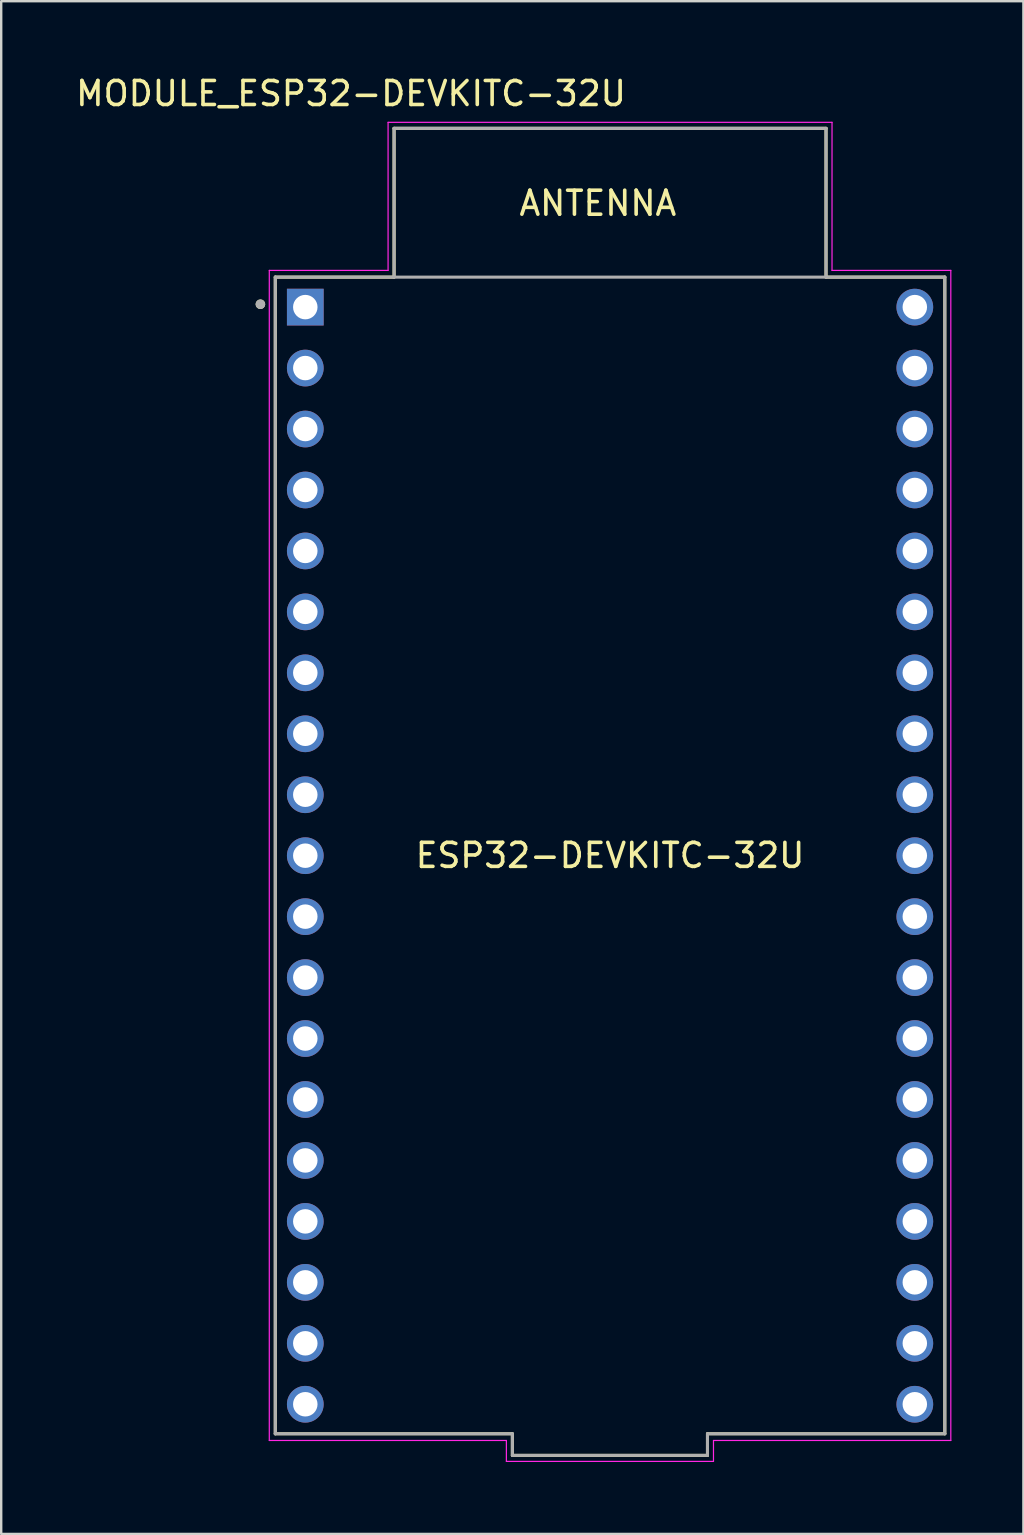
<source format=kicad_pcb>
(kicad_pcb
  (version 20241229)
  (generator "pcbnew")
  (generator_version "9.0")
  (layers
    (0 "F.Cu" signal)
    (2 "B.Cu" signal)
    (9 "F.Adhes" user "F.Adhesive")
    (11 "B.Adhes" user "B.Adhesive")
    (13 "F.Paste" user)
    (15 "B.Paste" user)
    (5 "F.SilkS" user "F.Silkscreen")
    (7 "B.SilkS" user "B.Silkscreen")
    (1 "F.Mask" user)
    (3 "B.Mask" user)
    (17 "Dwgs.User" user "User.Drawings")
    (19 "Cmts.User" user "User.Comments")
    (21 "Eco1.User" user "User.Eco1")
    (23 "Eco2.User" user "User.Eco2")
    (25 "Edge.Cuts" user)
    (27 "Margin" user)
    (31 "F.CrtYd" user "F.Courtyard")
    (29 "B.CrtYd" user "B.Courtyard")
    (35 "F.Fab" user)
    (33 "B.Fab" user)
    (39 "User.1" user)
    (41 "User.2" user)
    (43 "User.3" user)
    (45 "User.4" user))
  (footprint "MODULE_ESP32-DEVKITC-32U"
    (layer "F.Cu")
    (at 22.372 32.598)
    (property "Reference" "MODULE_ESP32-DEVKITC-32U" (at -10.795 -31.75 0) (layer "F.SilkS") (effects (font (size 1 1) (thickness 0.15))))
    (attr through_hole)
    (fp_line (start -13.95 -24.1) (end -13.95 24.1) (stroke (width 0.127) (type solid)) (layer "F.SilkS"))
    (fp_line (start -13.95 24.1) (end -4.07 24.1) (stroke (width 0.127) (type solid)) (layer "F.SilkS"))
    (fp_line (start -9 -30.3) (end 9 -30.3) (stroke (width 0.127) (type solid)) (layer "F.SilkS"))
    (fp_line (start -9 -24.1) (end -13.95 -24.1) (stroke (width 0.127) (type solid)) (layer "F.SilkS"))
    (fp_line (start -9 -24.1) (end -9 -30.3) (stroke (width 0.127) (type solid)) (layer "F.SilkS"))
    (fp_line (start -4.07 24.1) (end -4.07 25) (stroke (width 0.127) (type solid)) (layer "F.SilkS"))
    (fp_line (start -4.07 25) (end 4.06 25) (stroke (width 0.127) (type solid)) (layer "F.SilkS"))
    (fp_line (start 4.06 24.1) (end 13.95 24.1) (stroke (width 0.127) (type solid)) (layer "F.SilkS"))
    (fp_line (start 4.06 25) (end 4.06 24.1) (stroke (width 0.127) (type solid)) (layer "F.SilkS"))
    (fp_line (start 9 -30.3) (end 9 -24.1) (stroke (width 0.127) (type solid)) (layer "F.SilkS"))
    (fp_line (start 13.95 -24.1) (end 9 -24.1) (stroke (width 0.127) (type solid)) (layer "F.SilkS"))
    (fp_line (start 13.95 24.1) (end 13.95 -24.1) (stroke (width 0.127) (type solid)) (layer "F.SilkS"))
    (fp_circle (center -14.57 -22.97) (end -14.47 -22.97) (stroke (width 0.2) (type solid)) (fill no) (layer "F.SilkS"))
    (fp_line (start -14.2 -24.38) (end -14.2 24.38) (stroke (width 0.05) (type solid)) (layer "F.CrtYd"))
    (fp_line (start -14.2 24.38) (end -4.32 24.38) (stroke (width 0.05) (type solid)) (layer "F.CrtYd"))
    (fp_line (start -9.25 -30.55) (end 9.25 -30.55) (stroke (width 0.05) (type solid)) (layer "F.CrtYd"))
    (fp_line (start -9.25 -24.38) (end -14.2 -24.38) (stroke (width 0.05) (type solid)) (layer "F.CrtYd"))
    (fp_line (start -9.25 -24.38) (end -9.25 -30.55) (stroke (width 0.05) (type solid)) (layer "F.CrtYd"))
    (fp_line (start -4.32 24.38) (end -4.32 25.25) (stroke (width 0.05) (type solid)) (layer "F.CrtYd"))
    (fp_line (start -4.32 25.25) (end 4.31 25.25) (stroke (width 0.05) (type solid)) (layer "F.CrtYd"))
    (fp_line (start 4.31 24.38) (end 14.2 24.38) (stroke (width 0.05) (type solid)) (layer "F.CrtYd"))
    (fp_line (start 4.31 25.25) (end 4.31 24.38) (stroke (width 0.05) (type solid)) (layer "F.CrtYd"))
    (fp_line (start 9.25 -30.55) (end 9.25 -24.38) (stroke (width 0.05) (type solid)) (layer "F.CrtYd"))
    (fp_line (start 14.2 -24.38) (end 9.25 -24.38) (stroke (width 0.05) (type solid)) (layer "F.CrtYd"))
    (fp_line (start 14.2 24.38) (end 14.2 -24.38) (stroke (width 0.05) (type solid)) (layer "F.CrtYd"))
    (fp_line (start -13.95 -24.1) (end -13.95 24.1) (stroke (width 0.127) (type solid)) (layer "F.Fab"))
    (fp_line (start -13.95 24.1) (end -4.07 24.1) (stroke (width 0.127) (type solid)) (layer "F.Fab"))
    (fp_line (start -9 -30.3) (end 9 -30.3) (stroke (width 0.127) (type solid)) (layer "F.Fab"))
    (fp_line (start -9 -24.1) (end -13.95 -24.1) (stroke (width 0.127) (type solid)) (layer "F.Fab"))
    (fp_line (start -9 -24.1) (end -9 -30.3) (stroke (width 0.127) (type solid)) (layer "F.Fab"))
    (fp_line (start -4.07 24.1) (end -4.07 25) (stroke (width 0.127) (type solid)) (layer "F.Fab"))
    (fp_line (start -4.07 25) (end 4.06 25) (stroke (width 0.127) (type solid)) (layer "F.Fab"))
    (fp_line (start 4.06 24.1) (end 13.95 24.1) (stroke (width 0.127) (type solid)) (layer "F.Fab"))
    (fp_line (start 4.06 25) (end 4.06 24.1) (stroke (width 0.127) (type solid)) (layer "F.Fab"))
    (fp_line (start 9 -30.3) (end 9 -24.1) (stroke (width 0.127) (type solid)) (layer "F.Fab"))
    (fp_line (start 9 -24.1) (end -9 -24.1) (stroke (width 0.127) (type solid)) (layer "F.Fab"))
    (fp_line (start 13.95 -24.1) (end 9 -24.1) (stroke (width 0.127) (type solid)) (layer "F.Fab"))
    (fp_line (start 13.95 24.1) (end 13.95 -24.1) (stroke (width 0.127) (type solid)) (layer "F.Fab"))
    (fp_circle (center -14.57 -22.97) (end -14.47 -22.97) (stroke (width 0.2) (type solid)) (fill no) (layer "F.Fab"))
    (fp_text user "ESP32-DEVKITC-32U" (at 0 0 0) (unlocked yes) (layer "F.SilkS") (effects (font (size 1 1) (thickness 0.15))))
    (fp_text user "ANTENNA" (at -0.508 -27.178 0) (unlocked yes) (layer "F.SilkS") (effects (font (size 1 1) (thickness 0.15))))
    (pad "1" thru_hole rect (at -12.7 -22.85) (size 1.53 1.53) (drill 1.02) (layers "*.Cu" "*.Mask"))
    (pad "2" thru_hole circle (at -12.7 -20.31) (size 1.53 1.53) (drill 1.02) (layers "*.Cu" "*.Mask"))
    (pad "3" thru_hole circle (at -12.7 -17.77) (size 1.53 1.53) (drill 1.02) (layers "*.Cu" "*.Mask"))
    (pad "4" thru_hole circle (at -12.7 -15.23) (size 1.53 1.53) (drill 1.02) (layers "*.Cu" "*.Mask"))
    (pad "5" thru_hole circle (at -12.7 -12.69) (size 1.53 1.53) (drill 1.02) (layers "*.Cu" "*.Mask"))
    (pad "6" thru_hole circle (at -12.7 -10.15) (size 1.53 1.53) (drill 1.02) (layers "*.Cu" "*.Mask"))
    (pad "7" thru_hole circle (at -12.7 -7.61) (size 1.53 1.53) (drill 1.02) (layers "*.Cu" "*.Mask"))
    (pad "8" thru_hole circle (at -12.7 -5.07) (size 1.53 1.53) (drill 1.02) (layers "*.Cu" "*.Mask"))
    (pad "9" thru_hole circle (at -12.7 -2.53) (size 1.53 1.53) (drill 1.02) (layers "*.Cu" "*.Mask"))
    (pad "10" thru_hole circle (at -12.7 0.01) (size 1.53 1.53) (drill 1.02) (layers "*.Cu" "*.Mask"))
    (pad "11" thru_hole circle (at -12.7 2.55) (size 1.53 1.53) (drill 1.02) (layers "*.Cu" "*.Mask"))
    (pad "12" thru_hole circle (at -12.7 5.09) (size 1.53 1.53) (drill 1.02) (layers "*.Cu" "*.Mask"))
    (pad "13" thru_hole circle (at -12.7 7.63) (size 1.53 1.53) (drill 1.02) (layers "*.Cu" "*.Mask"))
    (pad "14" thru_hole circle (at -12.7 10.17) (size 1.53 1.53) (drill 1.02) (layers "*.Cu" "*.Mask"))
    (pad "15" thru_hole circle (at -12.7 12.71) (size 1.53 1.53) (drill 1.02) (layers "*.Cu" "*.Mask"))
    (pad "16" thru_hole circle (at -12.7 15.25) (size 1.53 1.53) (drill 1.02) (layers "*.Cu" "*.Mask"))
    (pad "17" thru_hole circle (at -12.7 17.79) (size 1.53 1.53) (drill 1.02) (layers "*.Cu" "*.Mask"))
    (pad "18" thru_hole circle (at -12.7 20.33) (size 1.53 1.53) (drill 1.02) (layers "*.Cu" "*.Mask"))
    (pad "19" thru_hole circle (at -12.7 22.87) (size 1.53 1.53) (drill 1.02) (layers "*.Cu" "*.Mask"))
    (pad "20" thru_hole circle (at 12.7 22.87) (size 1.53 1.53) (drill 1.02) (layers "*.Cu" "*.Mask"))
    (pad "21" thru_hole circle (at 12.7 20.33) (size 1.53 1.53) (drill 1.02) (layers "*.Cu" "*.Mask"))
    (pad "22" thru_hole circle (at 12.7 17.79) (size 1.53 1.53) (drill 1.02) (layers "*.Cu" "*.Mask"))
    (pad "23" thru_hole circle (at 12.7 15.25) (size 1.53 1.53) (drill 1.02) (layers "*.Cu" "*.Mask"))
    (pad "24" thru_hole circle (at 12.7 12.71) (size 1.53 1.53) (drill 1.02) (layers "*.Cu" "*.Mask"))
    (pad "25" thru_hole circle (at 12.7 10.17) (size 1.53 1.53) (drill 1.02) (layers "*.Cu" "*.Mask"))
    (pad "26" thru_hole circle (at 12.7 7.63) (size 1.53 1.53) (drill 1.02) (layers "*.Cu" "*.Mask"))
    (pad "27" thru_hole circle (at 12.7 5.09) (size 1.53 1.53) (drill 1.02) (layers "*.Cu" "*.Mask"))
    (pad "28" thru_hole circle (at 12.7 2.55) (size 1.53 1.53) (drill 1.02) (layers "*.Cu" "*.Mask"))
    (pad "29" thru_hole circle (at 12.7 0.01) (size 1.53 1.53) (drill 1.02) (layers "*.Cu" "*.Mask"))
    (pad "30" thru_hole circle (at 12.7 -2.53) (size 1.53 1.53) (drill 1.02) (layers "*.Cu" "*.Mask"))
    (pad "31" thru_hole circle (at 12.7 -5.07) (size 1.53 1.53) (drill 1.02) (layers "*.Cu" "*.Mask"))
    (pad "32" thru_hole circle (at 12.7 -7.61) (size 1.53 1.53) (drill 1.02) (layers "*.Cu" "*.Mask"))
    (pad "33" thru_hole circle (at 12.7 -10.15) (size 1.53 1.53) (drill 1.02) (layers "*.Cu" "*.Mask"))
    (pad "34" thru_hole circle (at 12.7 -12.69) (size 1.53 1.53) (drill 1.02) (layers "*.Cu" "*.Mask"))
    (pad "35" thru_hole circle (at 12.7 -15.23) (size 1.53 1.53) (drill 1.02) (layers "*.Cu" "*.Mask"))
    (pad "36" thru_hole circle (at 12.7 -17.77) (size 1.53 1.53) (drill 1.02) (layers "*.Cu" "*.Mask"))
    (pad "37" thru_hole circle (at 12.7 -20.31) (size 1.53 1.53) (drill 1.02) (layers "*.Cu" "*.Mask"))
    (pad "38" thru_hole circle (at 12.7 -22.85) (size 1.53 1.53) (drill 1.02) (layers "*.Cu" "*.Mask")))
  (gr_rect
    (start -3 -3)
    (end 39.597 60.873)
    (stroke (width 0.1) (type default))
    (fill no)
    (layer "Edge.Cuts")))
</source>
